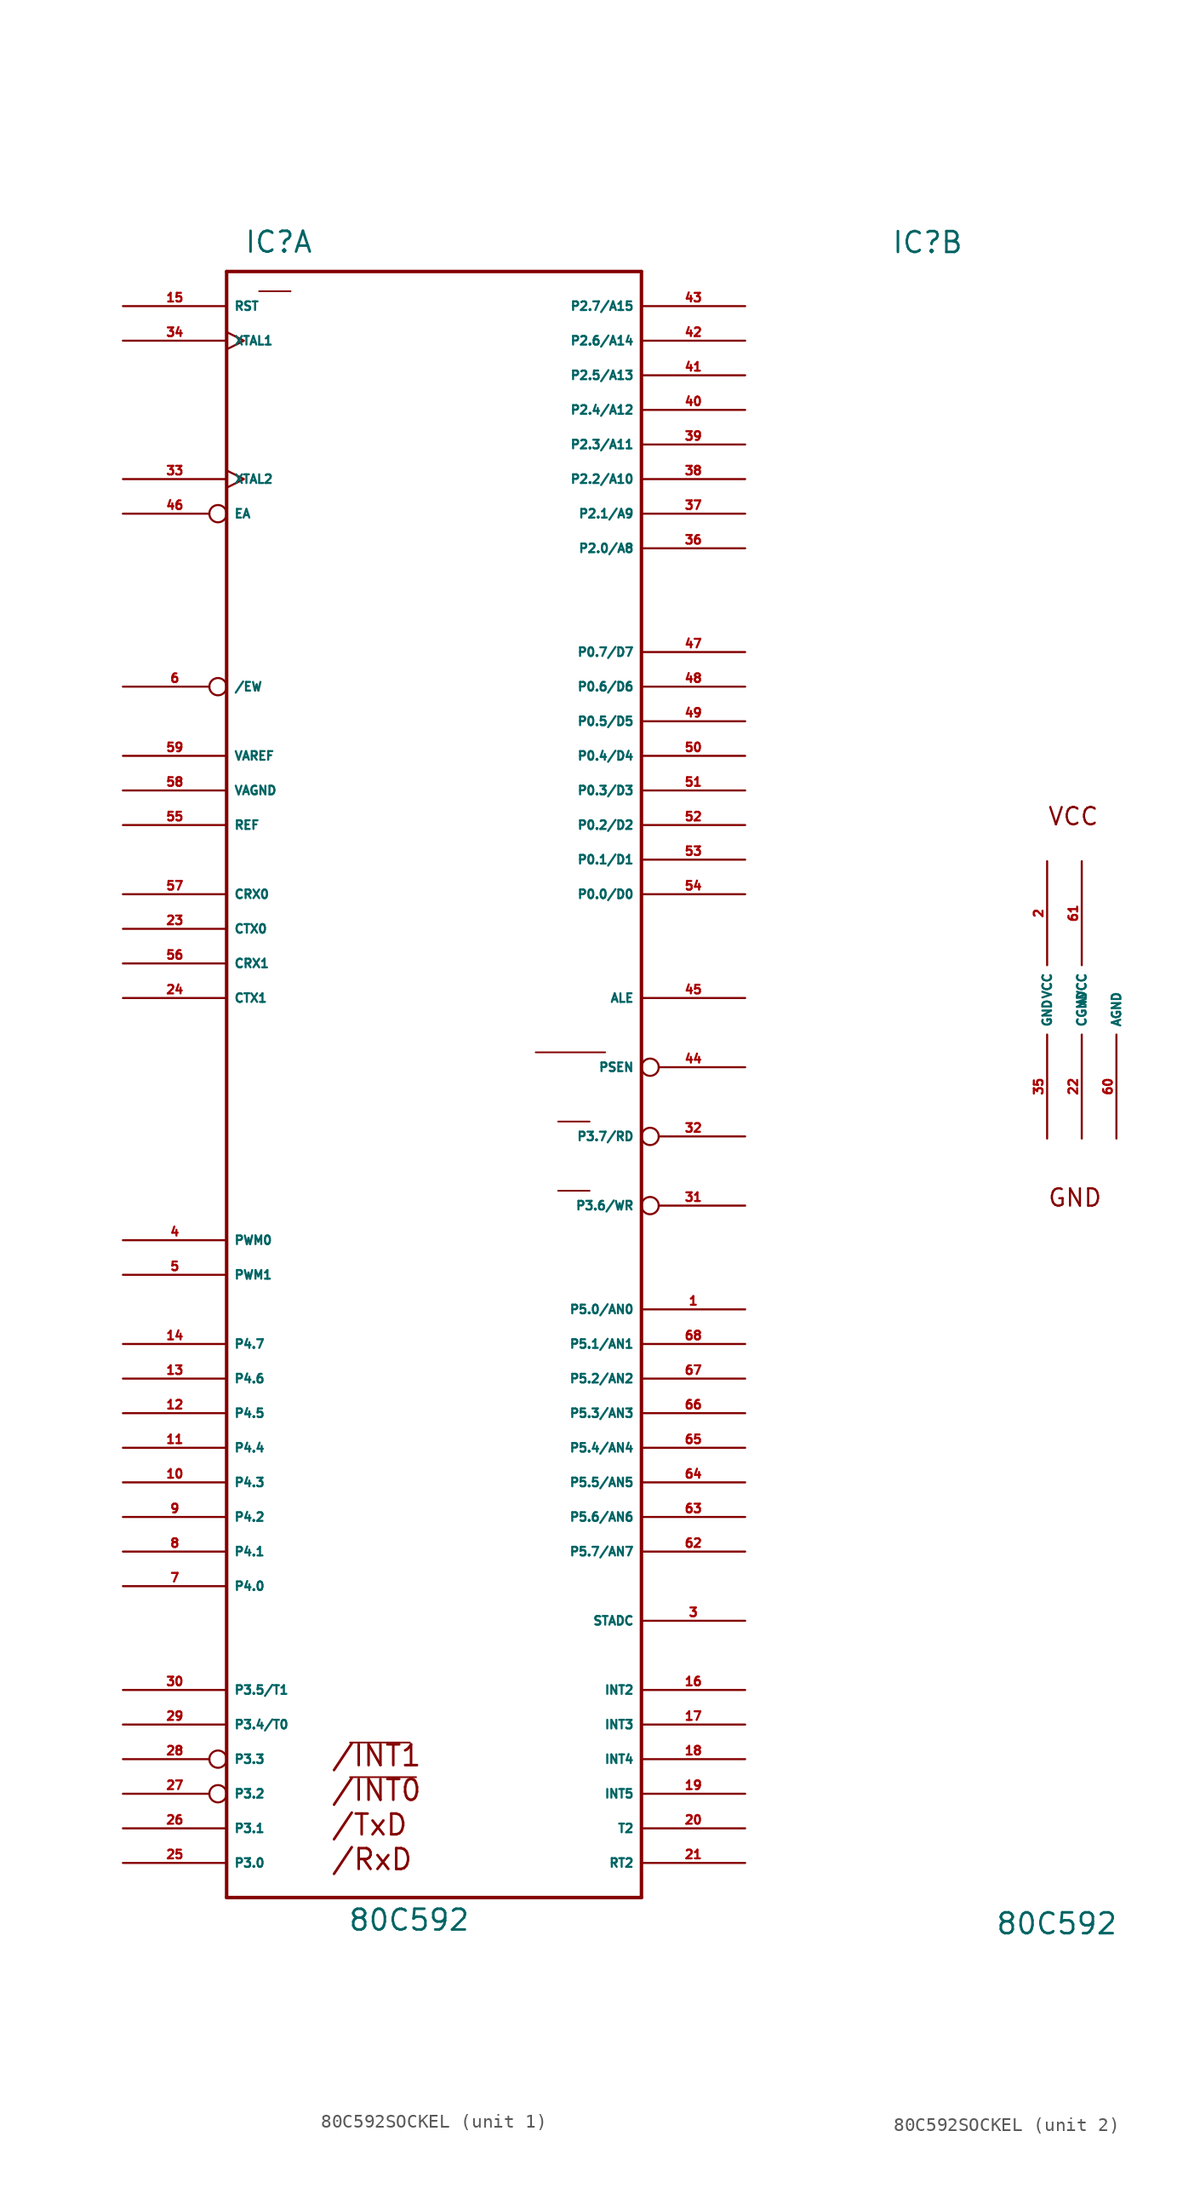
<source format=kicad_sym>
(kicad_symbol_lib
  (version 20220914)
  (generator Eagle2Kicad)
  (symbol "80C592SOCKEL"
    (property "Reference" "IC"
      (at -11.43 54.61 0)
      (effects (font (size 1.524 1.524) (thickness 0.19)) (justify left bottom)))
    (property "Value" "80C592"
      (at -3.81 -68.58 0)
      (effects (font (size 1.524 1.524) (thickness 0.19)) (justify left bottom)))
    (symbol "80C592SOCKEL_1_0"
      (polyline (pts (xy -3.632 -54.661) (xy 0.762 -54.661)) (stroke (width 0.127) (type default)) (fill (type none)))
      (polyline (pts (xy -3.632 -57.201) (xy 1.219 -57.201)) (stroke (width 0.127) (type default)) (fill (type none)))
      (polyline (pts (xy 11.659 -14.148) (xy 13.97 -14.148)) (stroke (width 0.127) (type default)) (fill (type none)))
      (polyline (pts (xy 11.659 -9.068) (xy 13.97 -9.068)) (stroke (width 0.127) (type default)) (fill (type none)))
      (polyline (pts (xy 10.008 -3.988) (xy 15.113 -3.988)) (stroke (width 0.127) (type default)) (fill (type none)))
      (polyline (pts (xy -10.312 51.892) (xy -8.001 51.892)) (stroke (width 0.127) (type default)) (fill (type none)))
      (polyline (pts (xy -12.7 -66.04) (xy 17.78 -66.04)) (stroke (width 0.254) (type default)) (fill (type none)))
      (polyline (pts (xy 17.78 -66.04) (xy 17.78 53.34)) (stroke (width 0.254) (type default)) (fill (type none)))
      (polyline (pts (xy 17.78 53.34) (xy -12.7 53.34)) (stroke (width 0.254) (type default)) (fill (type none)))
      (polyline (pts (xy -12.7 53.34) (xy -12.7 -66.04)) (stroke (width 0.254) (type default)) (fill (type none)))
      (text "/INT1" (at -5.08 -56.515 0) (effects (font (size 1.524 1.524) (thickness 0.19)) (justify left bottom)))
      (text "/INT0" (at -5.08 -59.055 0) (effects (font (size 1.524 1.524) (thickness 0.19)) (justify left bottom)))
      (text "/RxD" (at -5.08 -64.135 0) (effects (font (size 1.524 1.524) (thickness 0.19)) (justify left bottom)))
      (text "/TxD" (at -5.08 -61.595 0) (effects (font (size 1.524 1.524) (thickness 0.19)) (justify left bottom)))
      (pin input inverted (at -20.32 35.56 0) (length 7.62) (name "EA" (effects (font (size 0.635 0.635) (thickness 0.08)) (justify left bottom))) (number "46" (effects (font (size 0.635 0.635) (thickness 0.08)) (justify left bottom))))
      (pin bidirectional line (at 25.4 7.62 180) (length 7.62) (name "P0.0/D0" (effects (font (size 0.635 0.635) (thickness 0.08)) (justify left bottom))) (number "54" (effects (font (size 0.635 0.635) (thickness 0.08)) (justify left bottom))))
      (pin bidirectional line (at 25.4 10.16 180) (length 7.62) (name "P0.1/D1" (effects (font (size 0.635 0.635) (thickness 0.08)) (justify left bottom))) (number "53" (effects (font (size 0.635 0.635) (thickness 0.08)) (justify left bottom))))
      (pin bidirectional line (at 25.4 12.7 180) (length 7.62) (name "P0.2/D2" (effects (font (size 0.635 0.635) (thickness 0.08)) (justify left bottom))) (number "52" (effects (font (size 0.635 0.635) (thickness 0.08)) (justify left bottom))))
      (pin bidirectional line (at 25.4 15.24 180) (length 7.62) (name "P0.3/D3" (effects (font (size 0.635 0.635) (thickness 0.08)) (justify left bottom))) (number "51" (effects (font (size 0.635 0.635) (thickness 0.08)) (justify left bottom))))
      (pin bidirectional line (at 25.4 17.78 180) (length 7.62) (name "P0.4/D4" (effects (font (size 0.635 0.635) (thickness 0.08)) (justify left bottom))) (number "50" (effects (font (size 0.635 0.635) (thickness 0.08)) (justify left bottom))))
      (pin bidirectional line (at 25.4 20.32 180) (length 7.62) (name "P0.5/D5" (effects (font (size 0.635 0.635) (thickness 0.08)) (justify left bottom))) (number "49" (effects (font (size 0.635 0.635) (thickness 0.08)) (justify left bottom))))
      (pin bidirectional line (at 25.4 22.86 180) (length 7.62) (name "P0.6/D6" (effects (font (size 0.635 0.635) (thickness 0.08)) (justify left bottom))) (number "48" (effects (font (size 0.635 0.635) (thickness 0.08)) (justify left bottom))))
      (pin bidirectional line (at 25.4 25.4 180) (length 7.62) (name "P0.7/D7" (effects (font (size 0.635 0.635) (thickness 0.08)) (justify left bottom))) (number "47" (effects (font (size 0.635 0.635) (thickness 0.08)) (justify left bottom))))
      (pin bidirectional line (at 25.4 -22.86 180) (length 7.62) (name "P5.0/AN0" (effects (font (size 0.635 0.635) (thickness 0.08)) (justify left bottom))) (number "1" (effects (font (size 0.635 0.635) (thickness 0.08)) (justify left bottom))))
      (pin bidirectional line (at 25.4 -25.4 180) (length 7.62) (name "P5.1/AN1" (effects (font (size 0.635 0.635) (thickness 0.08)) (justify left bottom))) (number "68" (effects (font (size 0.635 0.635) (thickness 0.08)) (justify left bottom))))
      (pin bidirectional line (at 25.4 -27.94 180) (length 7.62) (name "P5.2/AN2" (effects (font (size 0.635 0.635) (thickness 0.08)) (justify left bottom))) (number "67" (effects (font (size 0.635 0.635) (thickness 0.08)) (justify left bottom))))
      (pin bidirectional line (at 25.4 -30.48 180) (length 7.62) (name "P5.3/AN3" (effects (font (size 0.635 0.635) (thickness 0.08)) (justify left bottom))) (number "66" (effects (font (size 0.635 0.635) (thickness 0.08)) (justify left bottom))))
      (pin bidirectional line (at 25.4 -33.02 180) (length 7.62) (name "P5.4/AN4" (effects (font (size 0.635 0.635) (thickness 0.08)) (justify left bottom))) (number "65" (effects (font (size 0.635 0.635) (thickness 0.08)) (justify left bottom))))
      (pin bidirectional line (at 25.4 -35.56 180) (length 7.62) (name "P5.5/AN5" (effects (font (size 0.635 0.635) (thickness 0.08)) (justify left bottom))) (number "64" (effects (font (size 0.635 0.635) (thickness 0.08)) (justify left bottom))))
      (pin bidirectional line (at 25.4 -38.1 180) (length 7.62) (name "P5.6/AN6" (effects (font (size 0.635 0.635) (thickness 0.08)) (justify left bottom))) (number "63" (effects (font (size 0.635 0.635) (thickness 0.08)) (justify left bottom))))
      (pin bidirectional line (at 25.4 -40.64 180) (length 7.62) (name "P5.7/AN7" (effects (font (size 0.635 0.635) (thickness 0.08)) (justify left bottom))) (number "62" (effects (font (size 0.635 0.635) (thickness 0.08)) (justify left bottom))))
      (pin input clock (at -20.32 48.26 0) (length 7.62) (name "XTAL1" (effects (font (size 0.635 0.635) (thickness 0.08)) (justify left bottom))) (number "34" (effects (font (size 0.635 0.635) (thickness 0.08)) (justify left bottom))))
      (pin input clock (at -20.32 38.1 0) (length 7.62) (name "XTAL2" (effects (font (size 0.635 0.635) (thickness 0.08)) (justify left bottom))) (number "33" (effects (font (size 0.635 0.635) (thickness 0.08)) (justify left bottom))))
      (pin input line (at -20.32 50.8 0) (length 7.62) (name "RST" (effects (font (size 0.635 0.635) (thickness 0.08)) (justify left bottom))) (number "15" (effects (font (size 0.635 0.635) (thickness 0.08)) (justify left bottom))))
      (pin output line (at 25.4 0 180) (length 7.62) (name "ALE" (effects (font (size 0.635 0.635) (thickness 0.08)) (justify left bottom))) (number "45" (effects (font (size 0.635 0.635) (thickness 0.08)) (justify left bottom))))
      (pin output inverted (at 25.4 -5.08 180) (length 7.62) (name "PSEN" (effects (font (size 0.635 0.635) (thickness 0.08)) (justify left bottom))) (number "44" (effects (font (size 0.635 0.635) (thickness 0.08)) (justify left bottom))))
      (pin bidirectional line (at -20.32 17.78 0) (length 7.62) (name "VAREF" (effects (font (size 0.635 0.635) (thickness 0.08)) (justify left bottom))) (number "59" (effects (font (size 0.635 0.635) (thickness 0.08)) (justify left bottom))))
      (pin bidirectional line (at -20.32 15.24 0) (length 7.62) (name "VAGND" (effects (font (size 0.635 0.635) (thickness 0.08)) (justify left bottom))) (number "58" (effects (font (size 0.635 0.635) (thickness 0.08)) (justify left bottom))))
      (pin bidirectional line (at -20.32 -35.56 0) (length 7.62) (name "P4.3" (effects (font (size 0.635 0.635) (thickness 0.08)) (justify left bottom))) (number "10" (effects (font (size 0.635 0.635) (thickness 0.08)) (justify left bottom))))
      (pin bidirectional line (at 25.4 33.02 180) (length 7.62) (name "P2.0/A8" (effects (font (size 0.635 0.635) (thickness 0.08)) (justify left bottom))) (number "36" (effects (font (size 0.635 0.635) (thickness 0.08)) (justify left bottom))))
      (pin bidirectional line (at -20.32 -38.1 0) (length 7.62) (name "P4.2" (effects (font (size 0.635 0.635) (thickness 0.08)) (justify left bottom))) (number "9" (effects (font (size 0.635 0.635) (thickness 0.08)) (justify left bottom))))
      (pin bidirectional line (at -20.32 -40.64 0) (length 7.62) (name "P4.1" (effects (font (size 0.635 0.635) (thickness 0.08)) (justify left bottom))) (number "8" (effects (font (size 0.635 0.635) (thickness 0.08)) (justify left bottom))))
      (pin bidirectional line (at -20.32 -43.18 0) (length 7.62) (name "P4.0" (effects (font (size 0.635 0.635) (thickness 0.08)) (justify left bottom))) (number "7" (effects (font (size 0.635 0.635) (thickness 0.08)) (justify left bottom))))
      (pin bidirectional line (at 25.4 35.56 180) (length 7.62) (name "P2.1/A9" (effects (font (size 0.635 0.635) (thickness 0.08)) (justify left bottom))) (number "37" (effects (font (size 0.635 0.635) (thickness 0.08)) (justify left bottom))))
      (pin bidirectional line (at 25.4 38.1 180) (length 7.62) (name "P2.2/A10" (effects (font (size 0.635 0.635) (thickness 0.08)) (justify left bottom))) (number "38" (effects (font (size 0.635 0.635) (thickness 0.08)) (justify left bottom))))
      (pin bidirectional line (at 25.4 40.64 180) (length 7.62) (name "P2.3/A11" (effects (font (size 0.635 0.635) (thickness 0.08)) (justify left bottom))) (number "39" (effects (font (size 0.635 0.635) (thickness 0.08)) (justify left bottom))))
      (pin bidirectional line (at 25.4 43.18 180) (length 7.62) (name "P2.4/A12" (effects (font (size 0.635 0.635) (thickness 0.08)) (justify left bottom))) (number "40" (effects (font (size 0.635 0.635) (thickness 0.08)) (justify left bottom))))
      (pin bidirectional line (at 25.4 45.72 180) (length 7.62) (name "P2.5/A13" (effects (font (size 0.635 0.635) (thickness 0.08)) (justify left bottom))) (number "41" (effects (font (size 0.635 0.635) (thickness 0.08)) (justify left bottom))))
      (pin bidirectional line (at 25.4 48.26 180) (length 7.62) (name "P2.6/A14" (effects (font (size 0.635 0.635) (thickness 0.08)) (justify left bottom))) (number "42" (effects (font (size 0.635 0.635) (thickness 0.08)) (justify left bottom))))
      (pin bidirectional line (at 25.4 50.8 180) (length 7.62) (name "P2.7/A15" (effects (font (size 0.635 0.635) (thickness 0.08)) (justify left bottom))) (number "43" (effects (font (size 0.635 0.635) (thickness 0.08)) (justify left bottom))))
      (pin bidirectional line (at 25.4 -50.8 180) (length 7.62) (name "INT2" (effects (font (size 0.635 0.635) (thickness 0.08)) (justify left bottom))) (number "16" (effects (font (size 0.635 0.635) (thickness 0.08)) (justify left bottom))))
      (pin bidirectional line (at 25.4 -53.34 180) (length 7.62) (name "INT3" (effects (font (size 0.635 0.635) (thickness 0.08)) (justify left bottom))) (number "17" (effects (font (size 0.635 0.635) (thickness 0.08)) (justify left bottom))))
      (pin bidirectional line (at 25.4 -55.88 180) (length 7.62) (name "INT4" (effects (font (size 0.635 0.635) (thickness 0.08)) (justify left bottom))) (number "18" (effects (font (size 0.635 0.635) (thickness 0.08)) (justify left bottom))))
      (pin bidirectional line (at 25.4 -58.42 180) (length 7.62) (name "INT5" (effects (font (size 0.635 0.635) (thickness 0.08)) (justify left bottom))) (number "19" (effects (font (size 0.635 0.635) (thickness 0.08)) (justify left bottom))))
      (pin bidirectional line (at 25.4 -60.96 180) (length 7.62) (name "T2" (effects (font (size 0.635 0.635) (thickness 0.08)) (justify left bottom))) (number "20" (effects (font (size 0.635 0.635) (thickness 0.08)) (justify left bottom))))
      (pin bidirectional line (at 25.4 -63.5 180) (length 7.62) (name "RT2" (effects (font (size 0.635 0.635) (thickness 0.08)) (justify left bottom))) (number "21" (effects (font (size 0.635 0.635) (thickness 0.08)) (justify left bottom))))
      (pin bidirectional line (at -20.32 5.08 0) (length 7.62) (name "CTX0" (effects (font (size 0.635 0.635) (thickness 0.08)) (justify left bottom))) (number "23" (effects (font (size 0.635 0.635) (thickness 0.08)) (justify left bottom))))
      (pin bidirectional line (at -20.32 0 0) (length 7.62) (name "CTX1" (effects (font (size 0.635 0.635) (thickness 0.08)) (justify left bottom))) (number "24" (effects (font (size 0.635 0.635) (thickness 0.08)) (justify left bottom))))
      (pin bidirectional line (at -20.32 -33.02 0) (length 7.62) (name "P4.4" (effects (font (size 0.635 0.635) (thickness 0.08)) (justify left bottom))) (number "11" (effects (font (size 0.635 0.635) (thickness 0.08)) (justify left bottom))))
      (pin bidirectional line (at -20.32 -30.48 0) (length 7.62) (name "P4.5" (effects (font (size 0.635 0.635) (thickness 0.08)) (justify left bottom))) (number "12" (effects (font (size 0.635 0.635) (thickness 0.08)) (justify left bottom))))
      (pin bidirectional line (at -20.32 -27.94 0) (length 7.62) (name "P4.6" (effects (font (size 0.635 0.635) (thickness 0.08)) (justify left bottom))) (number "13" (effects (font (size 0.635 0.635) (thickness 0.08)) (justify left bottom))))
      (pin bidirectional line (at -20.32 -25.4 0) (length 7.62) (name "P4.7" (effects (font (size 0.635 0.635) (thickness 0.08)) (justify left bottom))) (number "14" (effects (font (size 0.635 0.635) (thickness 0.08)) (justify left bottom))))
      (pin bidirectional line (at -20.32 -63.5 0) (length 7.62) (name "P3.0" (effects (font (size 0.635 0.635) (thickness 0.08)) (justify left bottom))) (number "25" (effects (font (size 0.635 0.635) (thickness 0.08)) (justify left bottom))))
      (pin bidirectional line (at -20.32 -60.96 0) (length 7.62) (name "P3.1" (effects (font (size 0.635 0.635) (thickness 0.08)) (justify left bottom))) (number "26" (effects (font (size 0.635 0.635) (thickness 0.08)) (justify left bottom))))
      (pin bidirectional inverted (at -20.32 -58.42 0) (length 7.62) (name "P3.2" (effects (font (size 0.635 0.635) (thickness 0.08)) (justify left bottom))) (number "27" (effects (font (size 0.635 0.635) (thickness 0.08)) (justify left bottom))))
      (pin bidirectional inverted (at -20.32 -55.88 0) (length 7.62) (name "P3.3" (effects (font (size 0.635 0.635) (thickness 0.08)) (justify left bottom))) (number "28" (effects (font (size 0.635 0.635) (thickness 0.08)) (justify left bottom))))
      (pin bidirectional line (at -20.32 -53.34 0) (length 7.62) (name "P3.4/T0" (effects (font (size 0.635 0.635) (thickness 0.08)) (justify left bottom))) (number "29" (effects (font (size 0.635 0.635) (thickness 0.08)) (justify left bottom))))
      (pin bidirectional line (at -20.32 -50.8 0) (length 7.62) (name "P3.5/T1" (effects (font (size 0.635 0.635) (thickness 0.08)) (justify left bottom))) (number "30" (effects (font (size 0.635 0.635) (thickness 0.08)) (justify left bottom))))
      (pin bidirectional inverted (at 25.4 -15.24 180) (length 7.62) (name "P3.6/WR" (effects (font (size 0.635 0.635) (thickness 0.08)) (justify left bottom))) (number "31" (effects (font (size 0.635 0.635) (thickness 0.08)) (justify left bottom))))
      (pin bidirectional inverted (at 25.4 -10.16 180) (length 7.62) (name "P3.7/RD" (effects (font (size 0.635 0.635) (thickness 0.08)) (justify left bottom))) (number "32" (effects (font (size 0.635 0.635) (thickness 0.08)) (justify left bottom))))
      (pin bidirectional line (at -20.32 12.7 0) (length 7.62) (name "REF" (effects (font (size 0.635 0.635) (thickness 0.08)) (justify left bottom))) (number "55" (effects (font (size 0.635 0.635) (thickness 0.08)) (justify left bottom))))
      (pin bidirectional line (at -20.32 7.62 0) (length 7.62) (name "CRX0" (effects (font (size 0.635 0.635) (thickness 0.08)) (justify left bottom))) (number "57" (effects (font (size 0.635 0.635) (thickness 0.08)) (justify left bottom))))
      (pin bidirectional line (at -20.32 2.54 0) (length 7.62) (name "CRX1" (effects (font (size 0.635 0.635) (thickness 0.08)) (justify left bottom))) (number "56" (effects (font (size 0.635 0.635) (thickness 0.08)) (justify left bottom))))
      (pin bidirectional line (at 25.4 -45.72 180) (length 7.62) (name "STADC" (effects (font (size 0.635 0.635) (thickness 0.08)) (justify left bottom))) (number "3" (effects (font (size 0.635 0.635) (thickness 0.08)) (justify left bottom))))
      (pin bidirectional line (at -20.32 -17.78 0) (length 7.62) (name "PWM0" (effects (font (size 0.635 0.635) (thickness 0.08)) (justify left bottom))) (number "4" (effects (font (size 0.635 0.635) (thickness 0.08)) (justify left bottom))))
      (pin bidirectional line (at -20.32 -20.32 0) (length 7.62) (name "PWM1" (effects (font (size 0.635 0.635) (thickness 0.08)) (justify left bottom))) (number "5" (effects (font (size 0.635 0.635) (thickness 0.08)) (justify left bottom))))
      (pin bidirectional inverted (at -20.32 22.86 0) (length 7.62) (name "/EW" (effects (font (size 0.635 0.635) (thickness 0.08)) (justify left bottom))) (number "6" (effects (font (size 0.635 0.635) (thickness 0.08)) (justify left bottom)))))
    (symbol "80C592SOCKEL_2_0"
      (text "VCC" (at 0 12.7 0) (effects (font (size 1.27 1.27) (thickness 0.16)) (justify left bottom)))
      (text "GND" (at 0 -15.24 0) (effects (font (size 1.27 1.27) (thickness 0.16)) (justify left bottom)))
      (pin unspecified line (at 0 10.16 270) (length 7.62) (name "VCC" (effects (font (size 0.635 0.635) (thickness 0.08)) (justify left bottom))) (number "2" (effects (font (size 0.635 0.635) (thickness 0.08)) (justify left bottom))))
      (pin unspecified line (at 2.54 10.16 270) (length 7.62) (name "AVCC" (effects (font (size 0.635 0.635) (thickness 0.08)) (justify left bottom))) (number "61" (effects (font (size 0.635 0.635) (thickness 0.08)) (justify left bottom))))
      (pin unspecified line (at 0 -10.16 90) (length 7.62) (name "GND" (effects (font (size 0.635 0.635) (thickness 0.08)) (justify left bottom))) (number "35" (effects (font (size 0.635 0.635) (thickness 0.08)) (justify left bottom))))
      (pin unspecified line (at 2.54 -10.16 90) (length 7.62) (name "CGND" (effects (font (size 0.635 0.635) (thickness 0.08)) (justify left bottom))) (number "22" (effects (font (size 0.635 0.635) (thickness 0.08)) (justify left bottom))))
      (pin unspecified line (at 5.08 -10.16 90) (length 7.62) (name "AGND" (effects (font (size 0.635 0.635) (thickness 0.08)) (justify left bottom))) (number "60" (effects (font (size 0.635 0.635) (thickness 0.08)) (justify left bottom)))))))
</source>
